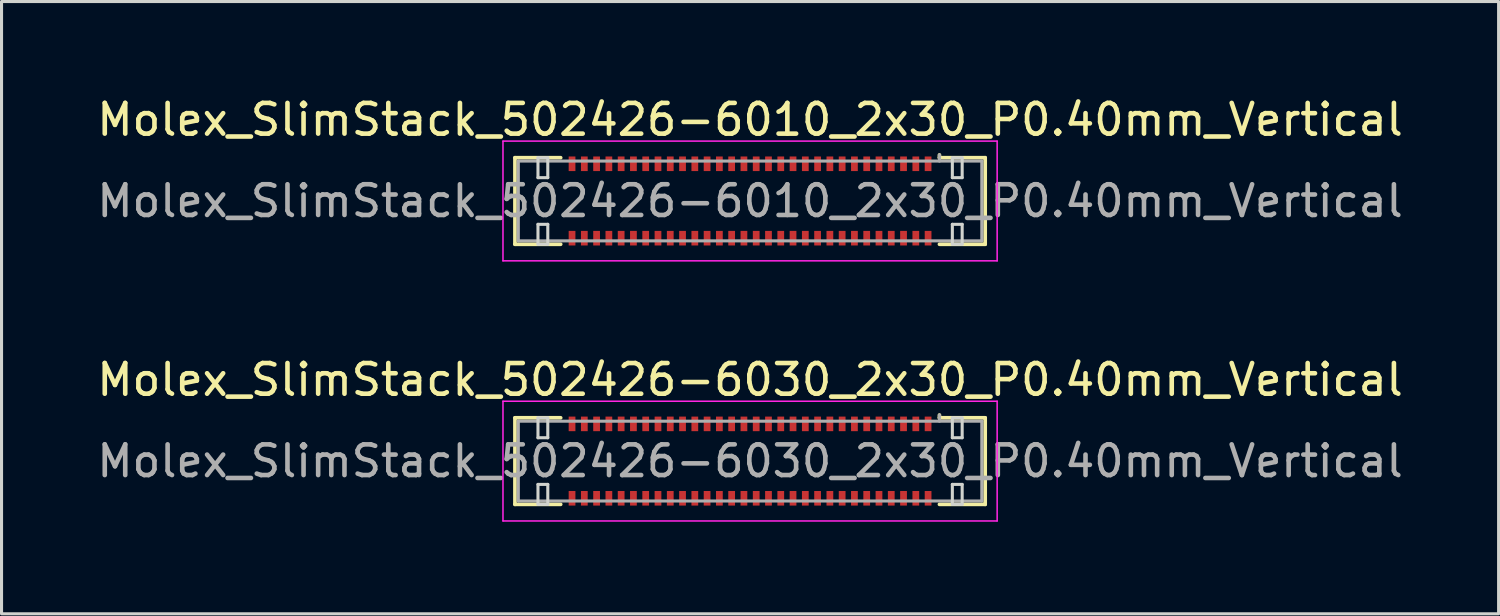
<source format=kicad_pcb>
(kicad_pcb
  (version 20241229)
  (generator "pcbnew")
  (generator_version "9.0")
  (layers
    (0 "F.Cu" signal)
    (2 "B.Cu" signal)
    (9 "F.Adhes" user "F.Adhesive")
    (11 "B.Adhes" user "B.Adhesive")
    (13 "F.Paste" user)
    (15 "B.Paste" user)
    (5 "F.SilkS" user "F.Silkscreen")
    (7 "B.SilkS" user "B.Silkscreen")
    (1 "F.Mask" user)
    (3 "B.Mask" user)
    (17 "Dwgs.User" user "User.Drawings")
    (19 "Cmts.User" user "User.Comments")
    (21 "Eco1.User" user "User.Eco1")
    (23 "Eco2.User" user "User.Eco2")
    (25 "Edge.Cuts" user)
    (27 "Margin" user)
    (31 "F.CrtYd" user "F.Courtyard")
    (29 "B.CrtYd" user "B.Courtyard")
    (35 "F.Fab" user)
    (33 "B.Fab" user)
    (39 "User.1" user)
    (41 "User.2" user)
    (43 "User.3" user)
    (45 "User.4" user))
  (footprint "Molex_SlimStack_502426-6010_2x30_P0.40mm_Vertical"
    (layer "F.Cu")
    (at 21.387 3.498)
    (property "Reference" "Molex_SlimStack_502426-6010_2x30_P0.40mm_Vertical" (at 0 -2.65 0) (layer "F.SilkS") (effects (font (size 1 1) (thickness 0.15))))
    (attr smd)
    (fp_line (start -7.66 -1.41) (end -6.17 -1.41) (stroke (width 0.12) (type solid)) (layer "F.SilkS"))
    (fp_line (start -7.66 1.41) (end -7.66 -1.41) (stroke (width 0.12) (type solid)) (layer "F.SilkS"))
    (fp_line (start -6.17 1.41) (end -7.66 1.41) (stroke (width 0.12) (type solid)) (layer "F.SilkS"))
    (fp_line (start 6.17 -1.41) (end 6.17 -1.5) (stroke (width 0.12) (type solid)) (layer "F.SilkS"))
    (fp_line (start 6.17 1.41) (end 7.66 1.41) (stroke (width 0.12) (type solid)) (layer "F.SilkS"))
    (fp_line (start 7.66 -1.41) (end 6.17 -1.41) (stroke (width 0.12) (type solid)) (layer "F.SilkS"))
    (fp_line (start 7.66 1.41) (end 7.66 -1.41) (stroke (width 0.12) (type solid)) (layer "F.SilkS"))
    (fp_line (start -6.91 -1.41) (end -6.91 -0.76) (stroke (width 0.1) (type solid)) (layer "Edge.Cuts"))
    (fp_line (start -6.91 -0.76) (end -6.59 -0.76) (stroke (width 0.1) (type solid)) (layer "Edge.Cuts"))
    (fp_line (start -6.91 0.76) (end -6.91 1.41) (stroke (width 0.1) (type solid)) (layer "Edge.Cuts"))
    (fp_line (start -6.91 1.41) (end -6.59 1.41) (stroke (width 0.1) (type solid)) (layer "Edge.Cuts"))
    (fp_line (start -6.59 -1.41) (end -6.91 -1.41) (stroke (width 0.1) (type solid)) (layer "Edge.Cuts"))
    (fp_line (start -6.59 -0.76) (end -6.59 -1.41) (stroke (width 0.1) (type solid)) (layer "Edge.Cuts"))
    (fp_line (start -6.59 0.76) (end -6.91 0.76) (stroke (width 0.1) (type solid)) (layer "Edge.Cuts"))
    (fp_line (start -6.59 1.41) (end -6.59 0.76) (stroke (width 0.1) (type solid)) (layer "Edge.Cuts"))
    (fp_line (start 6.59 -1.41) (end 6.59 -0.76) (stroke (width 0.1) (type solid)) (layer "Edge.Cuts"))
    (fp_line (start 6.59 -0.76) (end 6.91 -0.76) (stroke (width 0.1) (type solid)) (layer "Edge.Cuts"))
    (fp_line (start 6.59 0.76) (end 6.59 1.41) (stroke (width 0.1) (type solid)) (layer "Edge.Cuts"))
    (fp_line (start 6.59 1.41) (end 6.91 1.41) (stroke (width 0.1) (type solid)) (layer "Edge.Cuts"))
    (fp_line (start 6.91 -1.41) (end 6.59 -1.41) (stroke (width 0.1) (type solid)) (layer "Edge.Cuts"))
    (fp_line (start 6.91 -0.76) (end 6.91 -1.41) (stroke (width 0.1) (type solid)) (layer "Edge.Cuts"))
    (fp_line (start 6.91 0.76) (end 6.59 0.76) (stroke (width 0.1) (type solid)) (layer "Edge.Cuts"))
    (fp_line (start 6.91 1.41) (end 6.91 0.76) (stroke (width 0.1) (type solid)) (layer "Edge.Cuts"))
    (fp_line (start -8.05 -1.95) (end -8.05 1.95) (stroke (width 0.05) (type solid)) (layer "F.CrtYd"))
    (fp_line (start -8.05 1.95) (end 8.05 1.95) (stroke (width 0.05) (type solid)) (layer "F.CrtYd"))
    (fp_line (start 8.05 -1.95) (end -8.05 -1.95) (stroke (width 0.05) (type solid)) (layer "F.CrtYd"))
    (fp_line (start 8.05 1.95) (end 8.05 -1.95) (stroke (width 0.05) (type solid)) (layer "F.CrtYd"))
    (fp_line (start -7.55 -1.3) (end -7.55 1.3) (stroke (width 0.1) (type solid)) (layer "F.Fab"))
    (fp_line (start -7.55 1.3) (end 7.55 1.3) (stroke (width 0.1) (type solid)) (layer "F.Fab"))
    (fp_line (start 6.17 -1.3) (end 6.17 -1.5) (stroke (width 0.1) (type solid)) (layer "F.Fab"))
    (fp_line (start 7.55 -1.3) (end -7.55 -1.3) (stroke (width 0.1) (type solid)) (layer "F.Fab"))
    (fp_line (start 7.55 1.3) (end 7.55 -1.3) (stroke (width 0.1) (type solid)) (layer "F.Fab"))
    (fp_text user "${REFERENCE}" (at 0 0 0) (layer "F.Fab") (effects (font (size 1 1) (thickness 0.15))))
    (pad "1" smd rect (at 5.8 -1.212) (size 0.22 0.475) (layers "F.Cu" "F.Mask" "F.Paste"))
    (pad "2" smd rect (at 5.8 1.212) (size 0.22 0.475) (layers "F.Cu" "F.Mask" "F.Paste"))
    (pad "3" smd rect (at 5.4 -1.212) (size 0.22 0.475) (layers "F.Cu" "F.Mask" "F.Paste"))
    (pad "4" smd rect (at 5.4 1.212) (size 0.22 0.475) (layers "F.Cu" "F.Mask" "F.Paste"))
    (pad "5" smd rect (at 5 -1.212) (size 0.22 0.475) (layers "F.Cu" "F.Mask" "F.Paste"))
    (pad "6" smd rect (at 5 1.212) (size 0.22 0.475) (layers "F.Cu" "F.Mask" "F.Paste"))
    (pad "7" smd rect (at 4.6 -1.212) (size 0.22 0.475) (layers "F.Cu" "F.Mask" "F.Paste"))
    (pad "8" smd rect (at 4.6 1.212) (size 0.22 0.475) (layers "F.Cu" "F.Mask" "F.Paste"))
    (pad "9" smd rect (at 4.2 -1.212) (size 0.22 0.475) (layers "F.Cu" "F.Mask" "F.Paste"))
    (pad "10" smd rect (at 4.2 1.212) (size 0.22 0.475) (layers "F.Cu" "F.Mask" "F.Paste"))
    (pad "11" smd rect (at 3.8 -1.212) (size 0.22 0.475) (layers "F.Cu" "F.Mask" "F.Paste"))
    (pad "12" smd rect (at 3.8 1.212) (size 0.22 0.475) (layers "F.Cu" "F.Mask" "F.Paste"))
    (pad "13" smd rect (at 3.4 -1.212) (size 0.22 0.475) (layers "F.Cu" "F.Mask" "F.Paste"))
    (pad "14" smd rect (at 3.4 1.212) (size 0.22 0.475) (layers "F.Cu" "F.Mask" "F.Paste"))
    (pad "15" smd rect (at 3 -1.212) (size 0.22 0.475) (layers "F.Cu" "F.Mask" "F.Paste"))
    (pad "16" smd rect (at 3 1.212) (size 0.22 0.475) (layers "F.Cu" "F.Mask" "F.Paste"))
    (pad "17" smd rect (at 2.6 -1.212) (size 0.22 0.475) (layers "F.Cu" "F.Mask" "F.Paste"))
    (pad "18" smd rect (at 2.6 1.212) (size 0.22 0.475) (layers "F.Cu" "F.Mask" "F.Paste"))
    (pad "19" smd rect (at 2.2 -1.212) (size 0.22 0.475) (layers "F.Cu" "F.Mask" "F.Paste"))
    (pad "20" smd rect (at 2.2 1.212) (size 0.22 0.475) (layers "F.Cu" "F.Mask" "F.Paste"))
    (pad "21" smd rect (at 1.8 -1.212) (size 0.22 0.475) (layers "F.Cu" "F.Mask" "F.Paste"))
    (pad "22" smd rect (at 1.8 1.212) (size 0.22 0.475) (layers "F.Cu" "F.Mask" "F.Paste"))
    (pad "23" smd rect (at 1.4 -1.212) (size 0.22 0.475) (layers "F.Cu" "F.Mask" "F.Paste"))
    (pad "24" smd rect (at 1.4 1.212) (size 0.22 0.475) (layers "F.Cu" "F.Mask" "F.Paste"))
    (pad "25" smd rect (at 1 -1.212) (size 0.22 0.475) (layers "F.Cu" "F.Mask" "F.Paste"))
    (pad "26" smd rect (at 1 1.212) (size 0.22 0.475) (layers "F.Cu" "F.Mask" "F.Paste"))
    (pad "27" smd rect (at 0.6 -1.212) (size 0.22 0.475) (layers "F.Cu" "F.Mask" "F.Paste"))
    (pad "28" smd rect (at 0.6 1.212) (size 0.22 0.475) (layers "F.Cu" "F.Mask" "F.Paste"))
    (pad "29" smd rect (at 0.2 -1.212) (size 0.22 0.475) (layers "F.Cu" "F.Mask" "F.Paste"))
    (pad "30" smd rect (at 0.2 1.212) (size 0.22 0.475) (layers "F.Cu" "F.Mask" "F.Paste"))
    (pad "31" smd rect (at -0.2 -1.212) (size 0.22 0.475) (layers "F.Cu" "F.Mask" "F.Paste"))
    (pad "32" smd rect (at -0.2 1.212) (size 0.22 0.475) (layers "F.Cu" "F.Mask" "F.Paste"))
    (pad "33" smd rect (at -0.6 -1.212) (size 0.22 0.475) (layers "F.Cu" "F.Mask" "F.Paste"))
    (pad "34" smd rect (at -0.6 1.212) (size 0.22 0.475) (layers "F.Cu" "F.Mask" "F.Paste"))
    (pad "35" smd rect (at -1 -1.212) (size 0.22 0.475) (layers "F.Cu" "F.Mask" "F.Paste"))
    (pad "36" smd rect (at -1 1.212) (size 0.22 0.475) (layers "F.Cu" "F.Mask" "F.Paste"))
    (pad "37" smd rect (at -1.4 -1.212) (size 0.22 0.475) (layers "F.Cu" "F.Mask" "F.Paste"))
    (pad "38" smd rect (at -1.4 1.212) (size 0.22 0.475) (layers "F.Cu" "F.Mask" "F.Paste"))
    (pad "39" smd rect (at -1.8 -1.212) (size 0.22 0.475) (layers "F.Cu" "F.Mask" "F.Paste"))
    (pad "40" smd rect (at -1.8 1.212) (size 0.22 0.475) (layers "F.Cu" "F.Mask" "F.Paste"))
    (pad "41" smd rect (at -2.2 -1.212) (size 0.22 0.475) (layers "F.Cu" "F.Mask" "F.Paste"))
    (pad "42" smd rect (at -2.2 1.212) (size 0.22 0.475) (layers "F.Cu" "F.Mask" "F.Paste"))
    (pad "43" smd rect (at -2.6 -1.212) (size 0.22 0.475) (layers "F.Cu" "F.Mask" "F.Paste"))
    (pad "44" smd rect (at -2.6 1.212) (size 0.22 0.475) (layers "F.Cu" "F.Mask" "F.Paste"))
    (pad "45" smd rect (at -3 -1.212) (size 0.22 0.475) (layers "F.Cu" "F.Mask" "F.Paste"))
    (pad "46" smd rect (at -3 1.212) (size 0.22 0.475) (layers "F.Cu" "F.Mask" "F.Paste"))
    (pad "47" smd rect (at -3.4 -1.212) (size 0.22 0.475) (layers "F.Cu" "F.Mask" "F.Paste"))
    (pad "48" smd rect (at -3.4 1.212) (size 0.22 0.475) (layers "F.Cu" "F.Mask" "F.Paste"))
    (pad "49" smd rect (at -3.8 -1.212) (size 0.22 0.475) (layers "F.Cu" "F.Mask" "F.Paste"))
    (pad "50" smd rect (at -3.8 1.212) (size 0.22 0.475) (layers "F.Cu" "F.Mask" "F.Paste"))
    (pad "51" smd rect (at -4.2 -1.212) (size 0.22 0.475) (layers "F.Cu" "F.Mask" "F.Paste"))
    (pad "52" smd rect (at -4.2 1.212) (size 0.22 0.475) (layers "F.Cu" "F.Mask" "F.Paste"))
    (pad "53" smd rect (at -4.6 -1.212) (size 0.22 0.475) (layers "F.Cu" "F.Mask" "F.Paste"))
    (pad "54" smd rect (at -4.6 1.212) (size 0.22 0.475) (layers "F.Cu" "F.Mask" "F.Paste"))
    (pad "55" smd rect (at -5 -1.212) (size 0.22 0.475) (layers "F.Cu" "F.Mask" "F.Paste"))
    (pad "56" smd rect (at -5 1.212) (size 0.22 0.475) (layers "F.Cu" "F.Mask" "F.Paste"))
    (pad "57" smd rect (at -5.4 -1.212) (size 0.22 0.475) (layers "F.Cu" "F.Mask" "F.Paste"))
    (pad "58" smd rect (at -5.4 1.212) (size 0.22 0.475) (layers "F.Cu" "F.Mask" "F.Paste"))
    (pad "59" smd rect (at -5.8 -1.212) (size 0.22 0.475) (layers "F.Cu" "F.Mask" "F.Paste"))
    (pad "60" smd rect (at -5.8 1.212) (size 0.22 0.475) (layers "F.Cu" "F.Mask" "F.Paste")))
  (footprint "Molex_SlimStack_502426-6030_2x30_P0.40mm_Vertical"
    (layer "F.Cu")
    (at 21.387 11.972)
    (property "Reference" "Molex_SlimStack_502426-6030_2x30_P0.40mm_Vertical" (at 0 -2.65 0) (layer "F.SilkS") (effects (font (size 1 1) (thickness 0.15))))
    (attr smd)
    (fp_line (start -7.66 -1.41) (end -6.17 -1.41) (stroke (width 0.12) (type solid)) (layer "F.SilkS"))
    (fp_line (start -7.66 1.41) (end -7.66 -1.41) (stroke (width 0.12) (type solid)) (layer "F.SilkS"))
    (fp_line (start -6.17 1.41) (end -7.66 1.41) (stroke (width 0.12) (type solid)) (layer "F.SilkS"))
    (fp_line (start 6.17 -1.41) (end 6.17 -1.5) (stroke (width 0.12) (type solid)) (layer "F.SilkS"))
    (fp_line (start 6.17 1.41) (end 7.66 1.41) (stroke (width 0.12) (type solid)) (layer "F.SilkS"))
    (fp_line (start 7.66 -1.41) (end 6.17 -1.41) (stroke (width 0.12) (type solid)) (layer "F.SilkS"))
    (fp_line (start 7.66 1.41) (end 7.66 -1.41) (stroke (width 0.12) (type solid)) (layer "F.SilkS"))
    (fp_line (start -6.91 -1.41) (end -6.91 -0.76) (stroke (width 0.1) (type solid)) (layer "Edge.Cuts"))
    (fp_line (start -6.91 -0.76) (end -6.59 -0.76) (stroke (width 0.1) (type solid)) (layer "Edge.Cuts"))
    (fp_line (start -6.91 0.76) (end -6.91 1.41) (stroke (width 0.1) (type solid)) (layer "Edge.Cuts"))
    (fp_line (start -6.91 1.41) (end -6.59 1.41) (stroke (width 0.1) (type solid)) (layer "Edge.Cuts"))
    (fp_line (start -6.59 -1.41) (end -6.91 -1.41) (stroke (width 0.1) (type solid)) (layer "Edge.Cuts"))
    (fp_line (start -6.59 -0.76) (end -6.59 -1.41) (stroke (width 0.1) (type solid)) (layer "Edge.Cuts"))
    (fp_line (start -6.59 0.76) (end -6.91 0.76) (stroke (width 0.1) (type solid)) (layer "Edge.Cuts"))
    (fp_line (start -6.59 1.41) (end -6.59 0.76) (stroke (width 0.1) (type solid)) (layer "Edge.Cuts"))
    (fp_line (start 6.59 -1.41) (end 6.59 -0.76) (stroke (width 0.1) (type solid)) (layer "Edge.Cuts"))
    (fp_line (start 6.59 -0.76) (end 6.91 -0.76) (stroke (width 0.1) (type solid)) (layer "Edge.Cuts"))
    (fp_line (start 6.59 0.76) (end 6.59 1.41) (stroke (width 0.1) (type solid)) (layer "Edge.Cuts"))
    (fp_line (start 6.59 1.41) (end 6.91 1.41) (stroke (width 0.1) (type solid)) (layer "Edge.Cuts"))
    (fp_line (start 6.91 -1.41) (end 6.59 -1.41) (stroke (width 0.1) (type solid)) (layer "Edge.Cuts"))
    (fp_line (start 6.91 -0.76) (end 6.91 -1.41) (stroke (width 0.1) (type solid)) (layer "Edge.Cuts"))
    (fp_line (start 6.91 0.76) (end 6.59 0.76) (stroke (width 0.1) (type solid)) (layer "Edge.Cuts"))
    (fp_line (start 6.91 1.41) (end 6.91 0.76) (stroke (width 0.1) (type solid)) (layer "Edge.Cuts"))
    (fp_line (start -8.05 -1.95) (end -8.05 1.95) (stroke (width 0.05) (type solid)) (layer "F.CrtYd"))
    (fp_line (start -8.05 1.95) (end 8.05 1.95) (stroke (width 0.05) (type solid)) (layer "F.CrtYd"))
    (fp_line (start 8.05 -1.95) (end -8.05 -1.95) (stroke (width 0.05) (type solid)) (layer "F.CrtYd"))
    (fp_line (start 8.05 1.95) (end 8.05 -1.95) (stroke (width 0.05) (type solid)) (layer "F.CrtYd"))
    (fp_line (start -7.55 -1.3) (end -7.55 1.3) (stroke (width 0.1) (type solid)) (layer "F.Fab"))
    (fp_line (start -7.55 1.3) (end 7.55 1.3) (stroke (width 0.1) (type solid)) (layer "F.Fab"))
    (fp_line (start 6.17 -1.3) (end 6.17 -1.5) (stroke (width 0.1) (type solid)) (layer "F.Fab"))
    (fp_line (start 7.55 -1.3) (end -7.55 -1.3) (stroke (width 0.1) (type solid)) (layer "F.Fab"))
    (fp_line (start 7.55 1.3) (end 7.55 -1.3) (stroke (width 0.1) (type solid)) (layer "F.Fab"))
    (fp_text user "${REFERENCE}" (at 0 0 0) (layer "F.Fab") (effects (font (size 1 1) (thickness 0.15))))
    (pad "1" smd rect (at 5.8 -1.212) (size 0.22 0.475) (layers "F.Cu" "F.Mask" "F.Paste"))
    (pad "2" smd rect (at 5.8 1.212) (size 0.22 0.475) (layers "F.Cu" "F.Mask" "F.Paste"))
    (pad "3" smd rect (at 5.4 -1.212) (size 0.22 0.475) (layers "F.Cu" "F.Mask" "F.Paste"))
    (pad "4" smd rect (at 5.4 1.212) (size 0.22 0.475) (layers "F.Cu" "F.Mask" "F.Paste"))
    (pad "5" smd rect (at 5 -1.212) (size 0.22 0.475) (layers "F.Cu" "F.Mask" "F.Paste"))
    (pad "6" smd rect (at 5 1.212) (size 0.22 0.475) (layers "F.Cu" "F.Mask" "F.Paste"))
    (pad "7" smd rect (at 4.6 -1.212) (size 0.22 0.475) (layers "F.Cu" "F.Mask" "F.Paste"))
    (pad "8" smd rect (at 4.6 1.212) (size 0.22 0.475) (layers "F.Cu" "F.Mask" "F.Paste"))
    (pad "9" smd rect (at 4.2 -1.212) (size 0.22 0.475) (layers "F.Cu" "F.Mask" "F.Paste"))
    (pad "10" smd rect (at 4.2 1.212) (size 0.22 0.475) (layers "F.Cu" "F.Mask" "F.Paste"))
    (pad "11" smd rect (at 3.8 -1.212) (size 0.22 0.475) (layers "F.Cu" "F.Mask" "F.Paste"))
    (pad "12" smd rect (at 3.8 1.212) (size 0.22 0.475) (layers "F.Cu" "F.Mask" "F.Paste"))
    (pad "13" smd rect (at 3.4 -1.212) (size 0.22 0.475) (layers "F.Cu" "F.Mask" "F.Paste"))
    (pad "14" smd rect (at 3.4 1.212) (size 0.22 0.475) (layers "F.Cu" "F.Mask" "F.Paste"))
    (pad "15" smd rect (at 3 -1.212) (size 0.22 0.475) (layers "F.Cu" "F.Mask" "F.Paste"))
    (pad "16" smd rect (at 3 1.212) (size 0.22 0.475) (layers "F.Cu" "F.Mask" "F.Paste"))
    (pad "17" smd rect (at 2.6 -1.212) (size 0.22 0.475) (layers "F.Cu" "F.Mask" "F.Paste"))
    (pad "18" smd rect (at 2.6 1.212) (size 0.22 0.475) (layers "F.Cu" "F.Mask" "F.Paste"))
    (pad "19" smd rect (at 2.2 -1.212) (size 0.22 0.475) (layers "F.Cu" "F.Mask" "F.Paste"))
    (pad "20" smd rect (at 2.2 1.212) (size 0.22 0.475) (layers "F.Cu" "F.Mask" "F.Paste"))
    (pad "21" smd rect (at 1.8 -1.212) (size 0.22 0.475) (layers "F.Cu" "F.Mask" "F.Paste"))
    (pad "22" smd rect (at 1.8 1.212) (size 0.22 0.475) (layers "F.Cu" "F.Mask" "F.Paste"))
    (pad "23" smd rect (at 1.4 -1.212) (size 0.22 0.475) (layers "F.Cu" "F.Mask" "F.Paste"))
    (pad "24" smd rect (at 1.4 1.212) (size 0.22 0.475) (layers "F.Cu" "F.Mask" "F.Paste"))
    (pad "25" smd rect (at 1 -1.212) (size 0.22 0.475) (layers "F.Cu" "F.Mask" "F.Paste"))
    (pad "26" smd rect (at 1 1.212) (size 0.22 0.475) (layers "F.Cu" "F.Mask" "F.Paste"))
    (pad "27" smd rect (at 0.6 -1.212) (size 0.22 0.475) (layers "F.Cu" "F.Mask" "F.Paste"))
    (pad "28" smd rect (at 0.6 1.212) (size 0.22 0.475) (layers "F.Cu" "F.Mask" "F.Paste"))
    (pad "29" smd rect (at 0.2 -1.212) (size 0.22 0.475) (layers "F.Cu" "F.Mask" "F.Paste"))
    (pad "30" smd rect (at 0.2 1.212) (size 0.22 0.475) (layers "F.Cu" "F.Mask" "F.Paste"))
    (pad "31" smd rect (at -0.2 -1.212) (size 0.22 0.475) (layers "F.Cu" "F.Mask" "F.Paste"))
    (pad "32" smd rect (at -0.2 1.212) (size 0.22 0.475) (layers "F.Cu" "F.Mask" "F.Paste"))
    (pad "33" smd rect (at -0.6 -1.212) (size 0.22 0.475) (layers "F.Cu" "F.Mask" "F.Paste"))
    (pad "34" smd rect (at -0.6 1.212) (size 0.22 0.475) (layers "F.Cu" "F.Mask" "F.Paste"))
    (pad "35" smd rect (at -1 -1.212) (size 0.22 0.475) (layers "F.Cu" "F.Mask" "F.Paste"))
    (pad "36" smd rect (at -1 1.212) (size 0.22 0.475) (layers "F.Cu" "F.Mask" "F.Paste"))
    (pad "37" smd rect (at -1.4 -1.212) (size 0.22 0.475) (layers "F.Cu" "F.Mask" "F.Paste"))
    (pad "38" smd rect (at -1.4 1.212) (size 0.22 0.475) (layers "F.Cu" "F.Mask" "F.Paste"))
    (pad "39" smd rect (at -1.8 -1.212) (size 0.22 0.475) (layers "F.Cu" "F.Mask" "F.Paste"))
    (pad "40" smd rect (at -1.8 1.212) (size 0.22 0.475) (layers "F.Cu" "F.Mask" "F.Paste"))
    (pad "41" smd rect (at -2.2 -1.212) (size 0.22 0.475) (layers "F.Cu" "F.Mask" "F.Paste"))
    (pad "42" smd rect (at -2.2 1.212) (size 0.22 0.475) (layers "F.Cu" "F.Mask" "F.Paste"))
    (pad "43" smd rect (at -2.6 -1.212) (size 0.22 0.475) (layers "F.Cu" "F.Mask" "F.Paste"))
    (pad "44" smd rect (at -2.6 1.212) (size 0.22 0.475) (layers "F.Cu" "F.Mask" "F.Paste"))
    (pad "45" smd rect (at -3 -1.212) (size 0.22 0.475) (layers "F.Cu" "F.Mask" "F.Paste"))
    (pad "46" smd rect (at -3 1.212) (size 0.22 0.475) (layers "F.Cu" "F.Mask" "F.Paste"))
    (pad "47" smd rect (at -3.4 -1.212) (size 0.22 0.475) (layers "F.Cu" "F.Mask" "F.Paste"))
    (pad "48" smd rect (at -3.4 1.212) (size 0.22 0.475) (layers "F.Cu" "F.Mask" "F.Paste"))
    (pad "49" smd rect (at -3.8 -1.212) (size 0.22 0.475) (layers "F.Cu" "F.Mask" "F.Paste"))
    (pad "50" smd rect (at -3.8 1.212) (size 0.22 0.475) (layers "F.Cu" "F.Mask" "F.Paste"))
    (pad "51" smd rect (at -4.2 -1.212) (size 0.22 0.475) (layers "F.Cu" "F.Mask" "F.Paste"))
    (pad "52" smd rect (at -4.2 1.212) (size 0.22 0.475) (layers "F.Cu" "F.Mask" "F.Paste"))
    (pad "53" smd rect (at -4.6 -1.212) (size 0.22 0.475) (layers "F.Cu" "F.Mask" "F.Paste"))
    (pad "54" smd rect (at -4.6 1.212) (size 0.22 0.475) (layers "F.Cu" "F.Mask" "F.Paste"))
    (pad "55" smd rect (at -5 -1.212) (size 0.22 0.475) (layers "F.Cu" "F.Mask" "F.Paste"))
    (pad "56" smd rect (at -5 1.212) (size 0.22 0.475) (layers "F.Cu" "F.Mask" "F.Paste"))
    (pad "57" smd rect (at -5.4 -1.212) (size 0.22 0.475) (layers "F.Cu" "F.Mask" "F.Paste"))
    (pad "58" smd rect (at -5.4 1.212) (size 0.22 0.475) (layers "F.Cu" "F.Mask" "F.Paste"))
    (pad "59" smd rect (at -5.8 -1.212) (size 0.22 0.475) (layers "F.Cu" "F.Mask" "F.Paste"))
    (pad "60" smd rect (at -5.8 1.212) (size 0.22 0.475) (layers "F.Cu" "F.Mask" "F.Paste")))
  (gr_rect
    (start -3 -3)
    (end 45.774 16.947)
    (stroke (width 0.1) (type default))
    (fill no)
    (layer "Edge.Cuts")))
</source>
